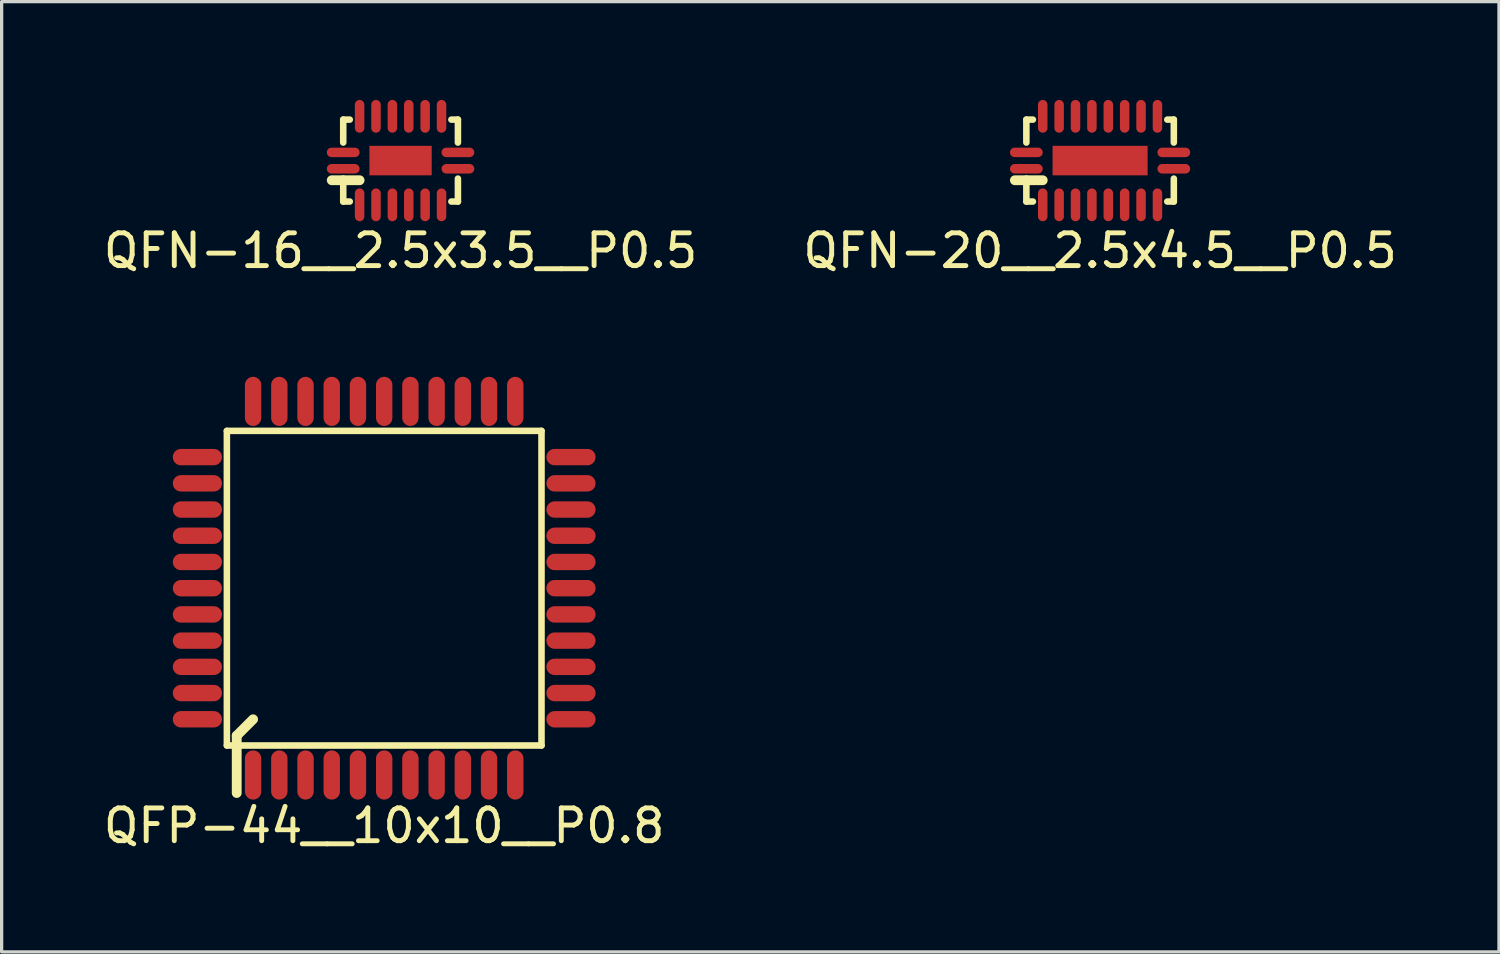
<source format=kicad_pcb>
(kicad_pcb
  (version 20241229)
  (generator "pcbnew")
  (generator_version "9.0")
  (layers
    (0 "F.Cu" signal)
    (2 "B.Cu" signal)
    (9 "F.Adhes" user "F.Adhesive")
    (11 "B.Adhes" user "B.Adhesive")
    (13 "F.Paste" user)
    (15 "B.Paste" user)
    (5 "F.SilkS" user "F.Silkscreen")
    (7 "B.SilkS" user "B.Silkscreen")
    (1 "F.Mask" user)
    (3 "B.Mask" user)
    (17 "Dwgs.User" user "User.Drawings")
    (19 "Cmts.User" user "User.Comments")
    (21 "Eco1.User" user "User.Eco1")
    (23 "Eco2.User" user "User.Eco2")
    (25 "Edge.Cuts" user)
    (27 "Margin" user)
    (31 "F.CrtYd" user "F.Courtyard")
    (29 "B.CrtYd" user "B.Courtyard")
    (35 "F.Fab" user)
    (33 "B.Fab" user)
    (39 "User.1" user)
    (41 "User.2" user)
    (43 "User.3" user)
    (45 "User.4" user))
  (footprint "QFP-44__10x10__P0.8"
    (layer "F.Cu")
    (at 8.673 14.898)
    (property "Reference" "QFP-44__10x10__P0.8" (at 0 7.25 0) (layer "F.SilkS") (effects (font (size 1 1) (thickness 0.15))))
    (attr smd)
    (fp_line (start -4.8 -4.8) (end -4.8 4.8) (stroke (width 0.2) (type solid)) (layer "F.SilkS"))
    (fp_line (start -4.8 4.8) (end 4.8 4.8) (stroke (width 0.2) (type solid)) (layer "F.SilkS"))
    (fp_line (start -4.5 4.5) (end -4 4) (stroke (width 0.3) (type solid)) (layer "F.SilkS"))
    (fp_line (start -4.5 6.25) (end -4.5 4.5) (stroke (width 0.3) (type solid)) (layer "F.SilkS"))
    (fp_line (start 4.8 -4.8) (end -4.8 -4.8) (stroke (width 0.2) (type solid)) (layer "F.SilkS"))
    (fp_line (start 4.8 4.8) (end 4.8 -4.8) (stroke (width 0.2) (type solid)) (layer "F.SilkS"))
    (pad "1" smd oval (at -4 5.7 90) (size 1.5 0.5) (layers "F.Cu" "F.Mask" "F.Paste"))
    (pad "2" smd oval (at -3.2 5.7 90) (size 1.5 0.5) (layers "F.Cu" "F.Mask" "F.Paste"))
    (pad "3" smd oval (at -2.4 5.7 90) (size 1.5 0.5) (layers "F.Cu" "F.Mask" "F.Paste"))
    (pad "4" smd oval (at -1.6 5.7 90) (size 1.5 0.5) (layers "F.Cu" "F.Mask" "F.Paste"))
    (pad "5" smd oval (at -0.8 5.7 90) (size 1.5 0.5) (layers "F.Cu" "F.Mask" "F.Paste"))
    (pad "6" smd oval (at 0 5.7 90) (size 1.5 0.5) (layers "F.Cu" "F.Mask" "F.Paste"))
    (pad "7" smd oval (at 0.8 5.7 90) (size 1.5 0.5) (layers "F.Cu" "F.Mask" "F.Paste"))
    (pad "8" smd oval (at 1.6 5.7 90) (size 1.5 0.5) (layers "F.Cu" "F.Mask" "F.Paste"))
    (pad "9" smd oval (at 2.4 5.7 90) (size 1.5 0.5) (layers "F.Cu" "F.Mask" "F.Paste"))
    (pad "10" smd oval (at 3.2 5.7 90) (size 1.5 0.5) (layers "F.Cu" "F.Mask" "F.Paste"))
    (pad "11" smd oval (at 4 5.7 90) (size 1.5 0.5) (layers "F.Cu" "F.Mask" "F.Paste"))
    (pad "12" smd oval (at 5.7 4) (size 1.5 0.5) (layers "F.Cu" "F.Mask" "F.Paste"))
    (pad "13" smd oval (at 5.7 3.2) (size 1.5 0.5) (layers "F.Cu" "F.Mask" "F.Paste"))
    (pad "14" smd oval (at 5.7 2.4) (size 1.5 0.5) (layers "F.Cu" "F.Mask" "F.Paste"))
    (pad "15" smd oval (at 5.7 1.6) (size 1.5 0.5) (layers "F.Cu" "F.Mask" "F.Paste"))
    (pad "16" smd oval (at 5.7 0.8) (size 1.5 0.5) (layers "F.Cu" "F.Mask" "F.Paste"))
    (pad "17" smd oval (at 5.7 0) (size 1.5 0.5) (layers "F.Cu" "F.Mask" "F.Paste"))
    (pad "18" smd oval (at 5.7 -0.8) (size 1.5 0.5) (layers "F.Cu" "F.Mask" "F.Paste"))
    (pad "19" smd oval (at 5.7 -1.6) (size 1.5 0.5) (layers "F.Cu" "F.Mask" "F.Paste"))
    (pad "20" smd oval (at 5.7 -2.4) (size 1.5 0.5) (layers "F.Cu" "F.Mask" "F.Paste"))
    (pad "21" smd oval (at 5.7 -3.2) (size 1.5 0.5) (layers "F.Cu" "F.Mask" "F.Paste"))
    (pad "22" smd oval (at 5.7 -4) (size 1.5 0.5) (layers "F.Cu" "F.Mask" "F.Paste"))
    (pad "23" smd oval (at 4 -5.7 90) (size 1.5 0.5) (layers "F.Cu" "F.Mask" "F.Paste"))
    (pad "24" smd oval (at 3.2 -5.7 90) (size 1.5 0.5) (layers "F.Cu" "F.Mask" "F.Paste"))
    (pad "25" smd oval (at 2.4 -5.7 90) (size 1.5 0.5) (layers "F.Cu" "F.Mask" "F.Paste"))
    (pad "26" smd oval (at 1.6 -5.7 90) (size 1.5 0.5) (layers "F.Cu" "F.Mask" "F.Paste"))
    (pad "27" smd oval (at 0.8 -5.7 90) (size 1.5 0.5) (layers "F.Cu" "F.Mask" "F.Paste"))
    (pad "28" smd oval (at 0 -5.7 90) (size 1.5 0.5) (layers "F.Cu" "F.Mask" "F.Paste"))
    (pad "29" smd oval (at -0.8 -5.7 90) (size 1.5 0.5) (layers "F.Cu" "F.Mask" "F.Paste"))
    (pad "30" smd oval (at -1.6 -5.7 90) (size 1.5 0.5) (layers "F.Cu" "F.Mask" "F.Paste"))
    (pad "31" smd oval (at -2.4 -5.7 90) (size 1.5 0.5) (layers "F.Cu" "F.Mask" "F.Paste"))
    (pad "32" smd oval (at -3.2 -5.7 90) (size 1.5 0.5) (layers "F.Cu" "F.Mask" "F.Paste"))
    (pad "33" smd oval (at -4 -5.7 90) (size 1.5 0.5) (layers "F.Cu" "F.Mask" "F.Paste"))
    (pad "34" smd oval (at -5.7 -4) (size 1.5 0.5) (layers "F.Cu" "F.Mask" "F.Paste"))
    (pad "35" smd oval (at -5.7 -3.2) (size 1.5 0.5) (layers "F.Cu" "F.Mask" "F.Paste"))
    (pad "36" smd oval (at -5.7 -2.4) (size 1.5 0.5) (layers "F.Cu" "F.Mask" "F.Paste"))
    (pad "37" smd oval (at -5.7 -1.6) (size 1.5 0.5) (layers "F.Cu" "F.Mask" "F.Paste"))
    (pad "38" smd oval (at -5.7 -0.8) (size 1.5 0.5) (layers "F.Cu" "F.Mask" "F.Paste"))
    (pad "39" smd oval (at -5.7 0) (size 1.5 0.5) (layers "F.Cu" "F.Mask" "F.Paste"))
    (pad "40" smd oval (at -5.7 0.8) (size 1.5 0.5) (layers "F.Cu" "F.Mask" "F.Paste"))
    (pad "41" smd oval (at -5.7 1.6) (size 1.5 0.5) (layers "F.Cu" "F.Mask" "F.Paste"))
    (pad "42" smd oval (at -5.7 2.4) (size 1.5 0.5) (layers "F.Cu" "F.Mask" "F.Paste"))
    (pad "43" smd oval (at -5.7 3.2) (size 1.5 0.5) (layers "F.Cu" "F.Mask" "F.Paste"))
    (pad "44" smd oval (at -5.7 4) (size 1.5 0.5) (layers "F.Cu" "F.Mask" "F.Paste")))
  (footprint "QFN-16__2.5x3.5__P0.5"
    (layer "F.Cu")
    (at 9.173 1.85)
    (property "Reference" "QFN-16__2.5x3.5__P0.5" (at 0 2.75 0) (layer "F.SilkS") (effects (font (size 1 1) (thickness 0.15))))
    (attr smd)
    (fp_line (start -2.1 0.6) (end -1.25 0.6) (stroke (width 0.3) (type solid)) (layer "F.SilkS"))
    (fp_line (start -1.75 -1.25) (end -1.55 -1.25) (stroke (width 0.2) (type solid)) (layer "F.SilkS"))
    (fp_line (start -1.75 -0.55) (end -1.75 -1.25) (stroke (width 0.2) (type solid)) (layer "F.SilkS"))
    (fp_line (start -1.75 0.55) (end -1.75 1.25) (stroke (width 0.2) (type solid)) (layer "F.SilkS"))
    (fp_line (start -1.75 1.25) (end -1.55 1.25) (stroke (width 0.2) (type solid)) (layer "F.SilkS"))
    (fp_line (start 1.55 1.25) (end 1.75 1.25) (stroke (width 0.2) (type solid)) (layer "F.SilkS"))
    (fp_line (start 1.75 -1.25) (end 1.55 -1.25) (stroke (width 0.2) (type solid)) (layer "F.SilkS"))
    (fp_line (start 1.75 -0.55) (end 1.75 -1.25) (stroke (width 0.2) (type solid)) (layer "F.SilkS"))
    (fp_line (start 1.75 1.25) (end 1.75 0.55) (stroke (width 0.2) (type solid)) (layer "F.SilkS"))
    (fp_poly (pts (xy -0.55 -0.2) (xy -0.55 0.2) (xy -0.15 0.2) (xy -0.15 -0.2)) (stroke (width 0) (type solid)) (fill yes) (layer "F.Paste"))
    (fp_poly (pts (xy 0.15 -0.2) (xy 0.15 0.2) (xy 0.55 0.2) (xy 0.55 -0.2)) (stroke (width 0) (type solid)) (fill yes) (layer "F.Paste"))
    (pad "1" smd oval (at -1.75 0.25) (size 1 0.29) (layers "F.Cu" "F.Mask" "F.Paste"))
    (pad "2" smd oval (at -1.25 1.35 90) (size 1 0.29) (layers "F.Cu" "F.Mask" "F.Paste"))
    (pad "3" smd oval (at -0.75 1.35 90) (size 1 0.29) (layers "F.Cu" "F.Mask" "F.Paste"))
    (pad "4" smd oval (at -0.25 1.35 90) (size 1 0.29) (layers "F.Cu" "F.Mask" "F.Paste"))
    (pad "5" smd oval (at 0.25 1.35 90) (size 1 0.29) (layers "F.Cu" "F.Mask" "F.Paste"))
    (pad "6" smd oval (at 0.75 1.35 90) (size 1 0.29) (layers "F.Cu" "F.Mask" "F.Paste"))
    (pad "7" smd oval (at 1.25 1.35 90) (size 1 0.29) (layers "F.Cu" "F.Mask" "F.Paste"))
    (pad "8" smd oval (at 1.75 0.25) (size 1 0.29) (layers "F.Cu" "F.Mask" "F.Paste"))
    (pad "9" smd oval (at 1.75 -0.25) (size 1 0.29) (layers "F.Cu" "F.Mask" "F.Paste"))
    (pad "10" smd oval (at 1.25 -1.35 90) (size 1 0.29) (layers "F.Cu" "F.Mask" "F.Paste"))
    (pad "11" smd oval (at 0.75 -1.35 90) (size 1 0.29) (layers "F.Cu" "F.Mask" "F.Paste"))
    (pad "12" smd oval (at 0.25 -1.35 90) (size 1 0.29) (layers "F.Cu" "F.Mask" "F.Paste"))
    (pad "13" smd oval (at -0.25 -1.35 90) (size 1 0.29) (layers "F.Cu" "F.Mask" "F.Paste"))
    (pad "14" smd oval (at -0.75 -1.35 90) (size 1 0.29) (layers "F.Cu" "F.Mask" "F.Paste"))
    (pad "15" smd oval (at -1.25 -1.35 90) (size 1 0.29) (layers "F.Cu" "F.Mask" "F.Paste"))
    (pad "16" smd oval (at -1.75 -0.25) (size 1 0.29) (layers "F.Cu" "F.Mask" "F.Paste"))
    (pad "EP" smd rect (at 0 0) (size 1.9 0.9) (layers "F.Cu" "F.Mask")))
  (footprint "QFN-20__2.5x4.5__P0.5"
    (layer "F.Cu")
    (at 30.518 1.85)
    (property "Reference" "QFN-20__2.5x4.5__P0.5" (at 0 2.75 0) (layer "F.SilkS") (effects (font (size 1 1) (thickness 0.15))))
    (attr smd)
    (fp_line (start -2.6 0.6) (end -1.75 0.6) (stroke (width 0.3) (type solid)) (layer "F.SilkS"))
    (fp_line (start -2.25 -1.25) (end -2.05 -1.25) (stroke (width 0.2) (type solid)) (layer "F.SilkS"))
    (fp_line (start -2.25 -0.55) (end -2.25 -1.25) (stroke (width 0.2) (type solid)) (layer "F.SilkS"))
    (fp_line (start -2.25 0.55) (end -2.25 1.25) (stroke (width 0.2) (type solid)) (layer "F.SilkS"))
    (fp_line (start -2.25 1.25) (end -2.05 1.25) (stroke (width 0.2) (type solid)) (layer "F.SilkS"))
    (fp_line (start 2.05 1.25) (end 2.25 1.25) (stroke (width 0.2) (type solid)) (layer "F.SilkS"))
    (fp_line (start 2.25 -1.25) (end 2.05 -1.25) (stroke (width 0.2) (type solid)) (layer "F.SilkS"))
    (fp_line (start 2.25 -0.55) (end 2.25 -1.25) (stroke (width 0.2) (type solid)) (layer "F.SilkS"))
    (fp_line (start 2.25 1.25) (end 2.25 0.55) (stroke (width 0.2) (type solid)) (layer "F.SilkS"))
    (fp_poly (pts (xy -0.85 -0.2) (xy -0.85 0.2) (xy -0.2 0.2) (xy -0.2 -0.2)) (stroke (width 0) (type solid)) (fill yes) (layer "F.Paste"))
    (fp_poly (pts (xy 0.2 -0.2) (xy 0.2 0.2) (xy 0.85 0.2) (xy 0.85 -0.2)) (stroke (width 0) (type solid)) (fill yes) (layer "F.Paste"))
    (pad "1" smd oval (at -2.25 0.25) (size 1 0.29) (layers "F.Cu" "F.Mask" "F.Paste"))
    (pad "2" smd oval (at -1.75 1.35 90) (size 1 0.29) (layers "F.Cu" "F.Mask" "F.Paste"))
    (pad "3" smd oval (at -1.25 1.35 90) (size 1 0.29) (layers "F.Cu" "F.Mask" "F.Paste"))
    (pad "4" smd oval (at -0.75 1.35 90) (size 1 0.29) (layers "F.Cu" "F.Mask" "F.Paste"))
    (pad "5" smd oval (at -0.25 1.35 90) (size 1 0.29) (layers "F.Cu" "F.Mask" "F.Paste"))
    (pad "6" smd oval (at 0.25 1.35 90) (size 1 0.29) (layers "F.Cu" "F.Mask" "F.Paste"))
    (pad "7" smd oval (at 0.75 1.35 90) (size 1 0.29) (layers "F.Cu" "F.Mask" "F.Paste"))
    (pad "8" smd oval (at 1.25 1.35 90) (size 1 0.29) (layers "F.Cu" "F.Mask" "F.Paste"))
    (pad "9" smd oval (at 1.75 1.35 90) (size 1 0.29) (layers "F.Cu" "F.Mask" "F.Paste"))
    (pad "10" smd oval (at 2.25 0.25) (size 1 0.29) (layers "F.Cu" "F.Mask" "F.Paste"))
    (pad "11" smd oval (at 2.25 -0.25) (size 1 0.29) (layers "F.Cu" "F.Mask" "F.Paste"))
    (pad "12" smd oval (at 1.75 -1.35 90) (size 1 0.29) (layers "F.Cu" "F.Mask" "F.Paste"))
    (pad "13" smd oval (at 1.25 -1.35 90) (size 1 0.29) (layers "F.Cu" "F.Mask" "F.Paste"))
    (pad "14" smd oval (at 0.75 -1.35 90) (size 1 0.29) (layers "F.Cu" "F.Mask" "F.Paste"))
    (pad "15" smd oval (at 0.25 -1.35 90) (size 1 0.29) (layers "F.Cu" "F.Mask" "F.Paste"))
    (pad "16" smd oval (at -0.25 -1.35 90) (size 1 0.29) (layers "F.Cu" "F.Mask" "F.Paste"))
    (pad "17" smd oval (at -0.75 -1.35 90) (size 1 0.29) (layers "F.Cu" "F.Mask" "F.Paste"))
    (pad "18" smd oval (at -1.25 -1.35 90) (size 1 0.29) (layers "F.Cu" "F.Mask" "F.Paste"))
    (pad "19" smd oval (at -1.75 -1.35 90) (size 1 0.29) (layers "F.Cu" "F.Mask" "F.Paste"))
    (pad "20" smd oval (at -2.25 -0.25) (size 1 0.29) (layers "F.Cu" "F.Mask" "F.Paste"))
    (pad "EP" smd rect (at 0 0) (size 2.9 0.9) (layers "F.Cu" "F.Mask")))
  (gr_rect
    (start -3 -3)
    (end 42.69 25.997)
    (stroke (width 0.1) (type default))
    (fill no)
    (layer "Edge.Cuts")))
</source>
